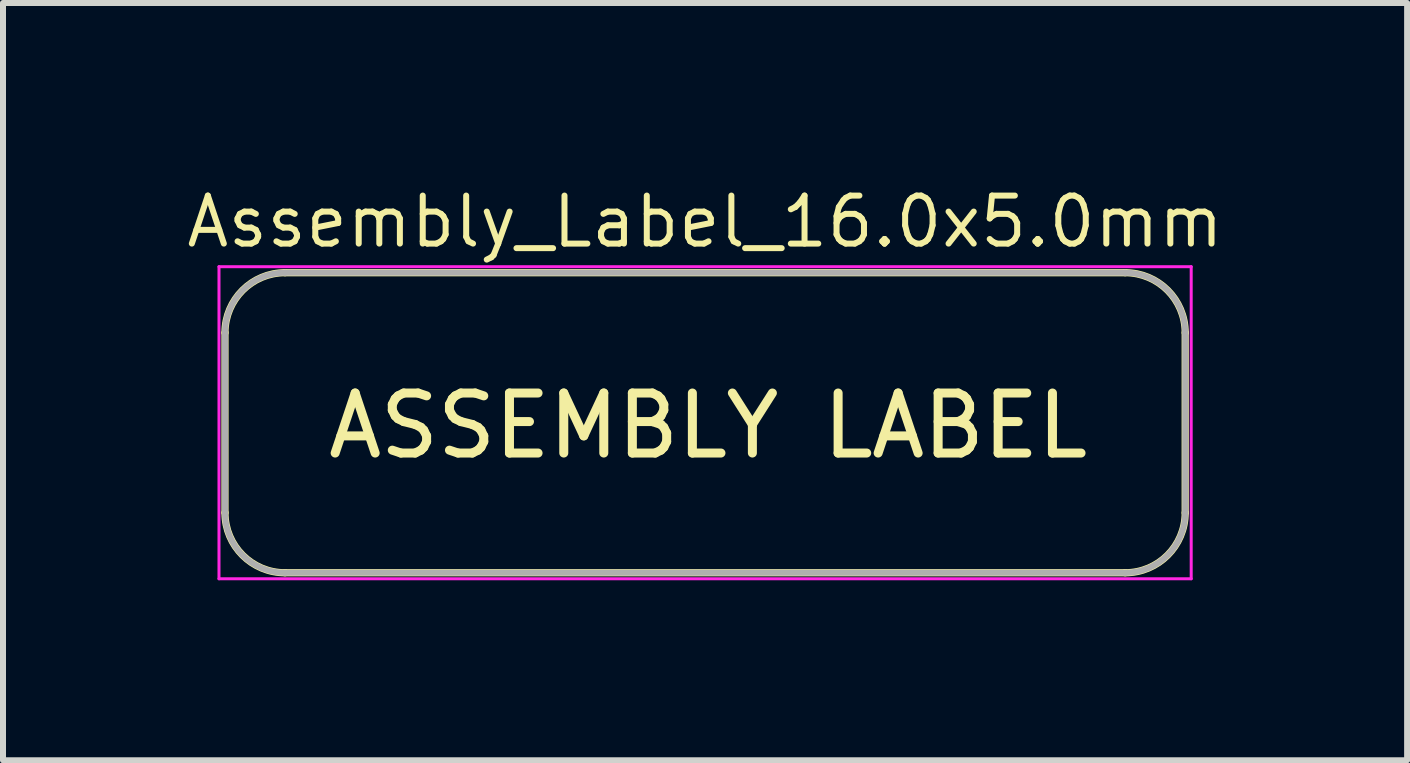
<source format=kicad_pcb>
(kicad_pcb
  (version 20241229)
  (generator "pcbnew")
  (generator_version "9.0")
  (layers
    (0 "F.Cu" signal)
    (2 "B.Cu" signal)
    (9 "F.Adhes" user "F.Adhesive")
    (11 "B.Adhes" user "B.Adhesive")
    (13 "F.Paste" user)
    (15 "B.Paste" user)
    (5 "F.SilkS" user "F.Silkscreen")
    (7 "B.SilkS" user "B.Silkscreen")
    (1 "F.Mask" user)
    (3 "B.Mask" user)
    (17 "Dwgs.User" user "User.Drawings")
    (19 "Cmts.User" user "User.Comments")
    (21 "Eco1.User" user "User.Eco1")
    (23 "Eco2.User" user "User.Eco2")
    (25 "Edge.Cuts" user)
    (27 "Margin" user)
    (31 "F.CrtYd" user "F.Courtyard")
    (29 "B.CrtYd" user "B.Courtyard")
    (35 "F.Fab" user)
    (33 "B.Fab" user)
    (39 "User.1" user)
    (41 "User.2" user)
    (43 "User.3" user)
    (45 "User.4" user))
  (footprint "Assembly_Label_16.0x5.0mm"
    (layer "F.Cu")
    (at 8.699 3.994)
    (property "Reference" "Assembly_Label_16.0x5.0mm" (at 0 -3.35 0) (layer "F.SilkS") (effects (font (size 0.8 0.8) (thickness 0.1))))
    (attr smd)
    (fp_line (start -8 1.5) (end -8 -1.5) (stroke (width 0.12) (type solid)) (layer "F.SilkS"))
    (fp_line (start -7 -2.5) (end 7 -2.5) (stroke (width 0.12) (type solid)) (layer "F.SilkS"))
    (fp_line (start -7 2.5) (end 7 2.5) (stroke (width 0.12) (type solid)) (layer "F.SilkS"))
    (fp_line (start 8 1.5) (end 8 -1.5) (stroke (width 0.12) (type solid)) (layer "F.SilkS"))
    (fp_arc (start -8 -1.5) (mid -7.707107 -2.207107) (end -7 -2.5) (stroke (width 0.12) (type solid)) (layer "F.SilkS"))
    (fp_arc (start -7 2.5) (mid -7.707107 2.207107) (end -8 1.5) (stroke (width 0.12) (type solid)) (layer "F.SilkS"))
    (fp_arc (start 7 -2.5) (mid 7.707107 -2.207107) (end 8 -1.5) (stroke (width 0.12) (type solid)) (layer "F.SilkS"))
    (fp_arc (start 8 1.5) (mid 7.707107 2.207107) (end 7 2.5) (stroke (width 0.12) (type solid)) (layer "F.SilkS"))
    (fp_line (start -8.1 -2.6) (end 8.1 -2.6) (stroke (width 0.05) (type solid)) (layer "F.CrtYd"))
    (fp_line (start -8.1 2.6) (end -8.1 -2.6) (stroke (width 0.05) (type solid)) (layer "F.CrtYd"))
    (fp_line (start 8.1 -2.6) (end 8.1 2.6) (stroke (width 0.05) (type solid)) (layer "F.CrtYd"))
    (fp_line (start 8.1 2.6) (end -8.1 2.6) (stroke (width 0.05) (type solid)) (layer "F.CrtYd"))
    (fp_line (start -8 1.5) (end -8 -1.5) (stroke (width 0.1) (type solid)) (layer "F.Fab"))
    (fp_line (start -7 -2.5) (end 7 -2.5) (stroke (width 0.1) (type solid)) (layer "F.Fab"))
    (fp_line (start -7 2.5) (end 7 2.5) (stroke (width 0.1) (type solid)) (layer "F.Fab"))
    (fp_line (start 8 1.5) (end 8 -1.5) (stroke (width 0.1) (type solid)) (layer "F.Fab"))
    (fp_arc (start -8 -1.5) (mid -7.707107 -2.207107) (end -7 -2.5) (stroke (width 0.1) (type solid)) (layer "F.Fab"))
    (fp_arc (start -7 2.5) (mid -7.707107 2.207107) (end -8 1.5) (stroke (width 0.1) (type solid)) (layer "F.Fab"))
    (fp_arc (start 7 -2.5) (mid 7.707107 -2.207107) (end 8 -1.5) (stroke (width 0.1) (type solid)) (layer "F.Fab"))
    (fp_arc (start 8 1.5) (mid 7.707107 2.207107) (end 7 2.5) (stroke (width 0.1) (type solid)) (layer "F.Fab"))
    (fp_text user "ASSEMBLY LABEL" (at 0.05 0.05 0) (layer "F.SilkS") (effects (font (size 1 1) (thickness 0.15)))))
  (gr_rect
    (start -3 -3)
    (end 20.397 9.618)
    (stroke (width 0.1) (type default))
    (fill no)
    (layer "Edge.Cuts")))
</source>
